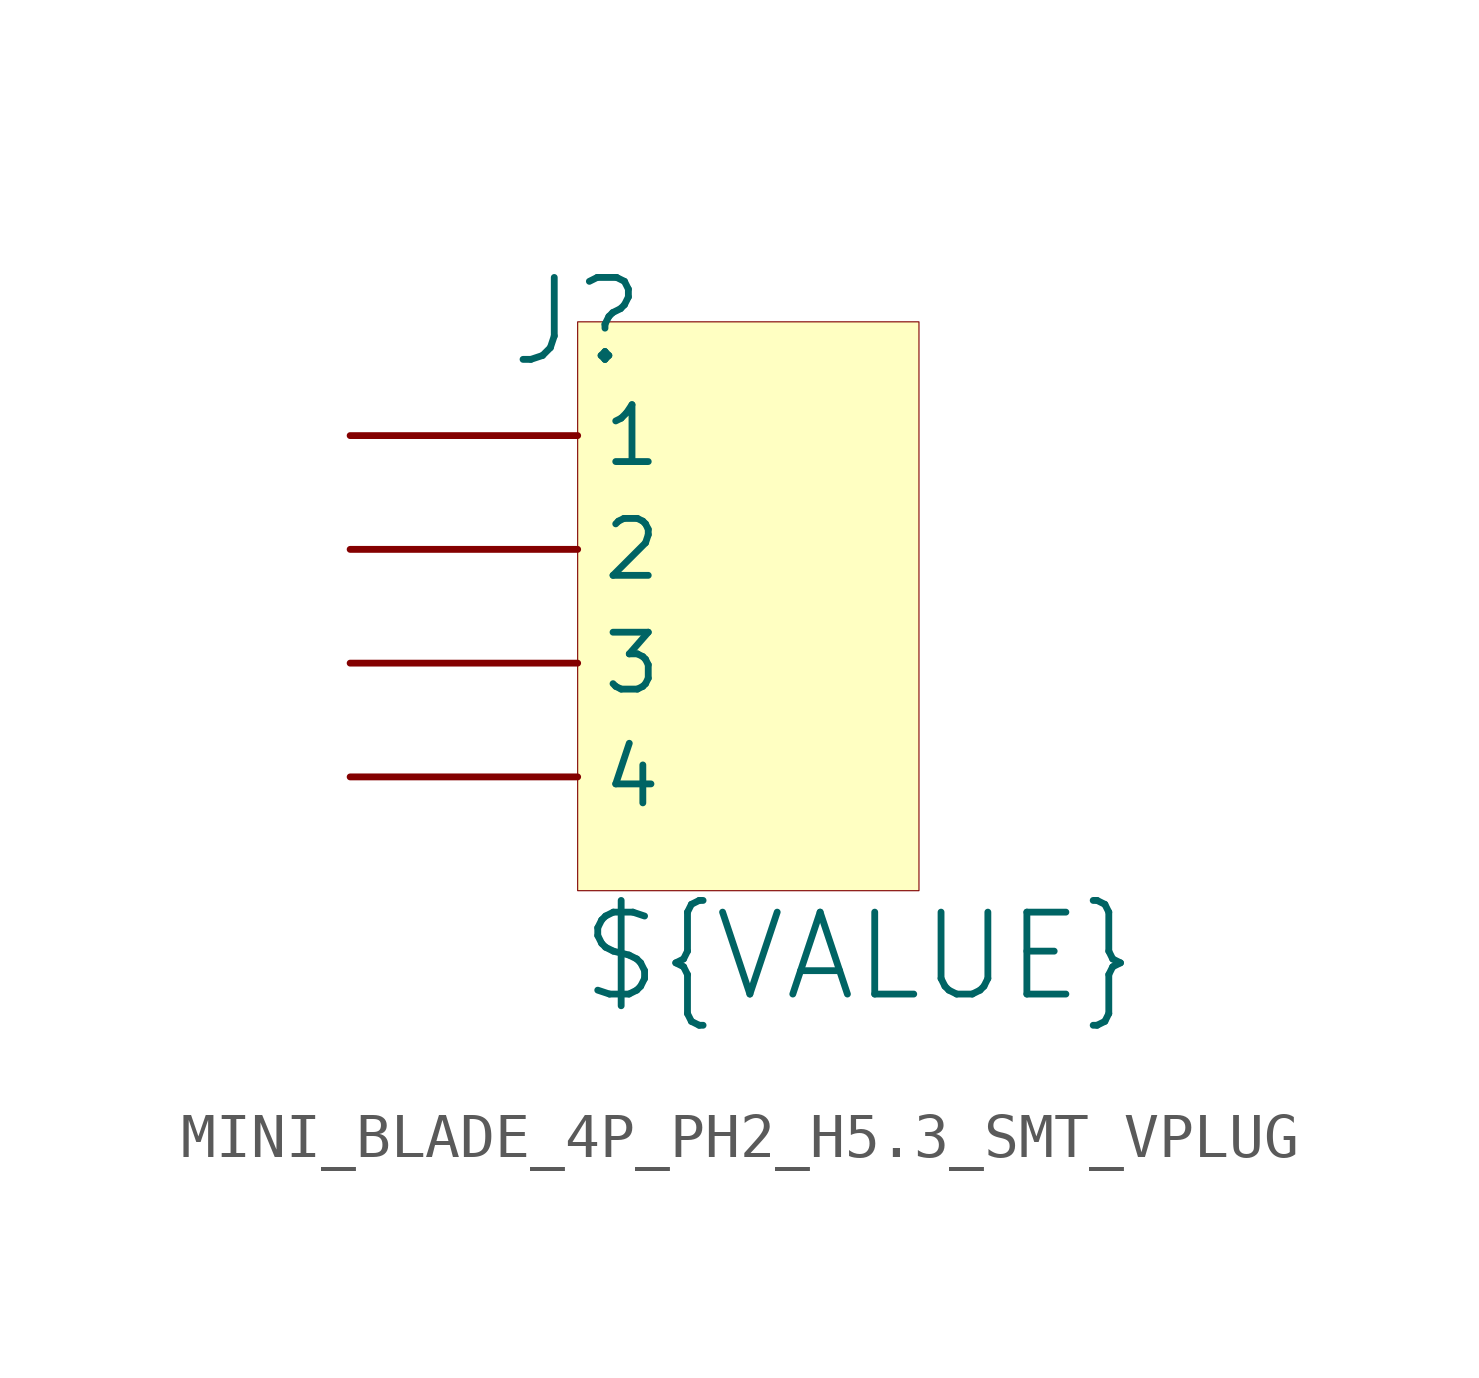
<source format=kicad_sym>
(kicad_symbol_lib
  (version 20241209)
  (generator "kicad_symbol_editor")
  (generator_version "9.0")
  (symbol "MINI_BLADE_4P_PH2_H5.3_SMT_VPLUG"
    (pin_numbers
      (hide yes))
    (property "Reference" "J"
      (at 0 0 0)
      (effects (font (size 1.829 1.829))))
    (property "Value" "${VALUE}"
      (at 0 -15.24 0)
      (effects (font (size 1.829 1.829)) (justify left bottom)))
    (symbol "MINI_BLADE_4P_PH2_H5.3_SMT_VPLUG_1_0"
      (rectangle (start 7.62 0) (end 0 -12.7) (stroke (width 0.025) (type solid) (color 128 0 0 1)) (fill (type background)))
      (pin passive line (at -5.08 -2.54 0) (length 5.08) (name "1" (effects (font (size 1.27 1.27)))) (number "1" (effects (font (size 1.27 1.27)))))
      (pin passive line (at -5.08 -5.08 0) (length 5.08) (name "2" (effects (font (size 1.27 1.27)))) (number "2" (effects (font (size 1.27 1.27)))))
      (pin passive line (at -5.08 -7.62 0) (length 5.08) (name "3" (effects (font (size 1.27 1.27)))) (number "3" (effects (font (size 1.27 1.27)))))
      (pin passive line (at -5.08 -10.16 0) (length 5.08) (name "4" (effects (font (size 1.27 1.27)))) (number "4" (effects (font (size 1.27 1.27))))))))
</source>
